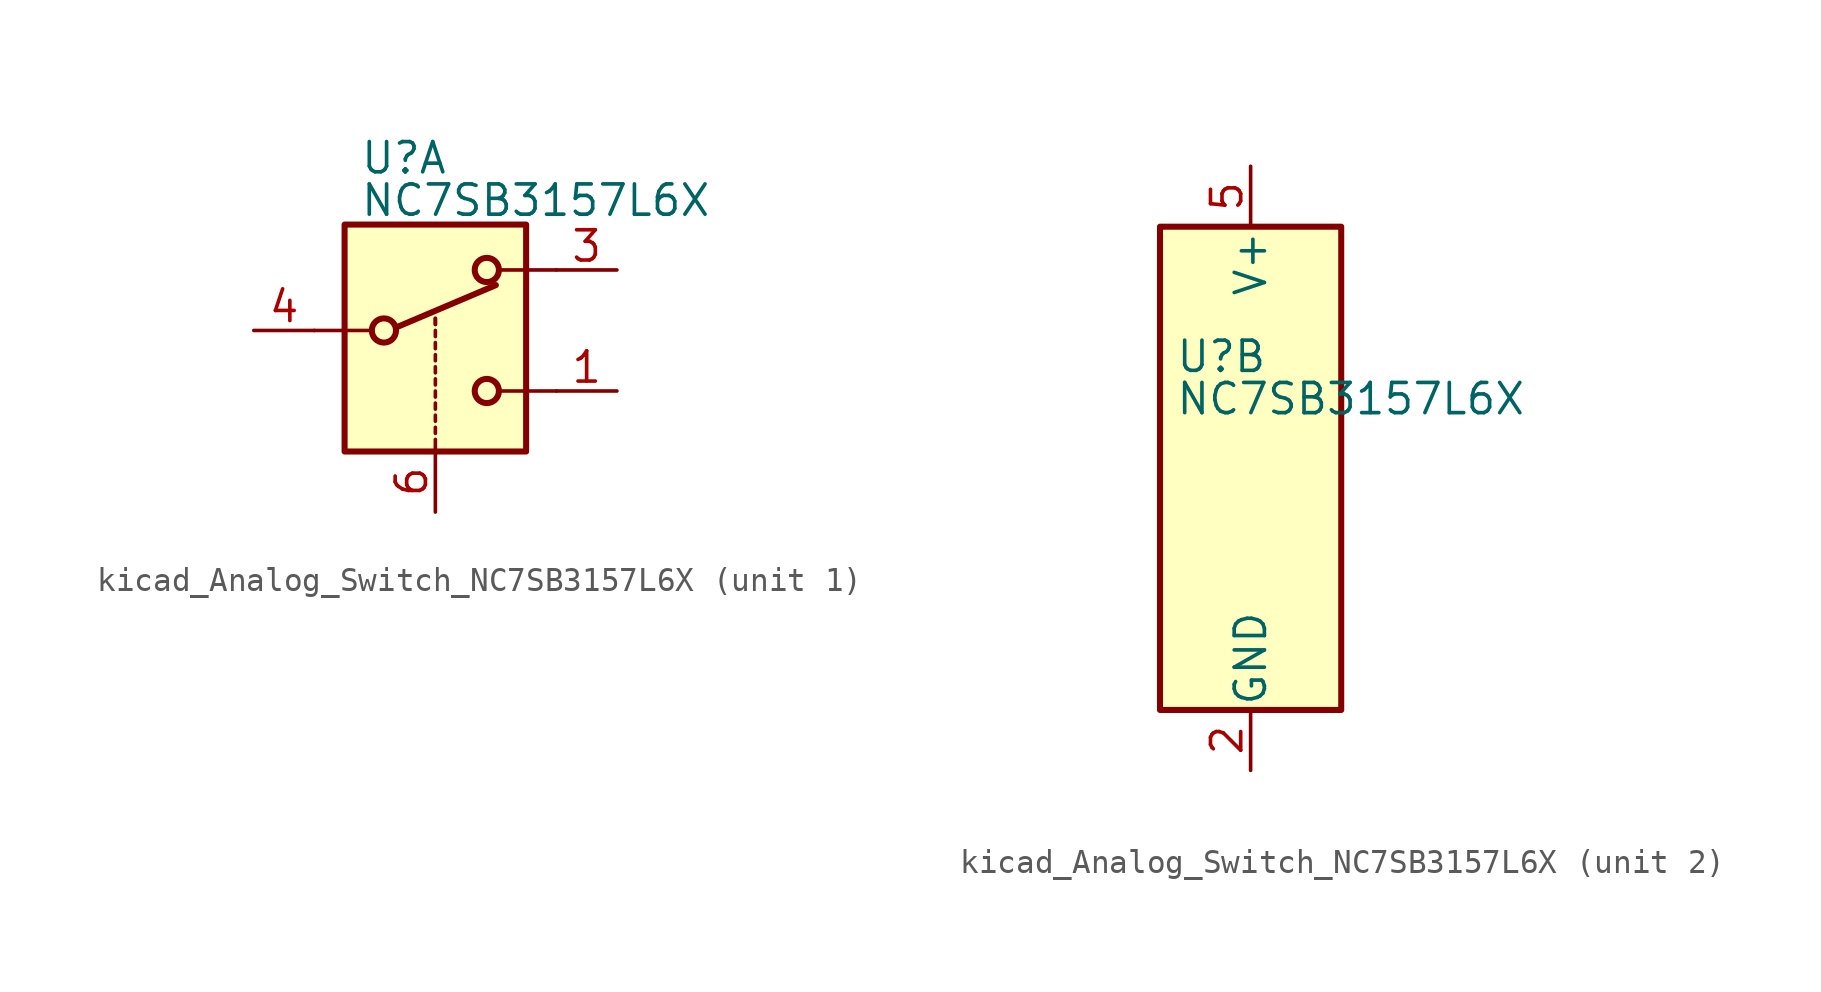
<source format=kicad_sym>
(kicad_symbol_lib
  (version 20220914)
  (generator kicad_symbol_editor)
  (symbol "kicad_Analog_Switch_NC7SB3157L6X"
    (pin_names
      (offset 0.127))
    (property "Reference" "U"
      (at -3.175 4.699 0)
      (effects (font (size 1.27 1.27)) (justify left)))
    (property "Value" "NC7SB3157L6X"
      (at -3.175 2.921 0)
      (effects (font (size 1.27 1.27)) (justify left)))
    (symbol "kicad_Analog_Switch_NC7SB3157L6X_1_1"
      (rectangle (start -3.81 1.905) (end 3.81 -7.62) (stroke (width 0.254) (type default)) (fill (type background)))
      (circle (center -2.159 -2.54) (radius 0.508) (stroke (width 0.254) (type default)) (fill (type none)))
      (polyline (pts (xy -5.08 -2.54) (xy -2.794 -2.54)) (stroke (width 0) (type default)) (fill (type none)))
      (polyline (pts (xy -1.651 -2.413) (xy 2.54 -0.635)) (stroke (width 0.254) (type default)) (fill (type none)))
      (polyline (pts (xy 0 -7.62) (xy 0 -7.112)) (stroke (width 0) (type default)) (fill (type none)))
      (polyline (pts (xy 0 -6.858) (xy 0 -6.604)) (stroke (width 0) (type default)) (fill (type none)))
      (polyline (pts (xy 0 -6.35) (xy 0 -6.096)) (stroke (width 0) (type default)) (fill (type none)))
      (polyline (pts (xy 0 -5.842) (xy 0 -5.588)) (stroke (width 0) (type default)) (fill (type none)))
      (polyline (pts (xy 0 -5.334) (xy 0 -5.08)) (stroke (width 0) (type default)) (fill (type none)))
      (polyline (pts (xy 0 -4.826) (xy 0 -4.572)) (stroke (width 0) (type default)) (fill (type none)))
      (polyline (pts (xy 0 -4.318) (xy 0 -4.064)) (stroke (width 0) (type default)) (fill (type none)))
      (polyline (pts (xy 0 -3.81) (xy 0 -3.556)) (stroke (width 0) (type default)) (fill (type none)))
      (polyline (pts (xy 0 -3.302) (xy 0 -3.048)) (stroke (width 0) (type default)) (fill (type none)))
      (polyline (pts (xy 0 -2.794) (xy 0 -2.54)) (stroke (width 0) (type default)) (fill (type none)))
      (polyline (pts (xy 0 -2.286) (xy 0 -2.032)) (stroke (width 0) (type default)) (fill (type none)))
      (polyline (pts (xy 0 -2.286) (xy 0 -2.032)) (stroke (width 0) (type default)) (fill (type none)))
      (polyline (pts (xy 5.08 -5.08) (xy 2.794 -5.08)) (stroke (width 0) (type default)) (fill (type none)))
      (polyline (pts (xy 5.08 0) (xy 2.794 0)) (stroke (width 0) (type default)) (fill (type none)))
      (circle (center 2.159 -5.08) (radius 0.508) (stroke (width 0.254) (type default)) (fill (type none)))
      (circle (center 2.159 0) (radius 0.508) (stroke (width 0.254) (type default)) (fill (type none)))
      (pin passive line (at 7.62 -5.08 180) (length 2.54) (name "~" (effects (font (size 1.27 1.27)))) (number "1" (effects (font (size 1.27 1.27)))))
      (pin passive line (at 7.62 0 180) (length 2.54) (name "~" (effects (font (size 1.27 1.27)))) (number "3" (effects (font (size 1.27 1.27)))))
      (pin passive line (at -7.62 -2.54 0) (length 2.54) (name "~" (effects (font (size 1.27 1.27)))) (number "4" (effects (font (size 1.27 1.27)))))
      (pin input line (at 0 -10.16 90) (length 2.54) (name "~" (effects (font (size 1.27 1.27)))) (number "6" (effects (font (size 1.27 1.27))))))
    (symbol "kicad_Analog_Switch_NC7SB3157L6X_2_0"
      (pin power_in line (at 0 -12.7 90) (length 2.54) (name "GND" (effects (font (size 1.27 1.27)))) (number "2" (effects (font (size 1.27 1.27)))))
      (pin power_in line (at 0 12.7 270) (length 2.54) (name "V+" (effects (font (size 1.27 1.27)))) (number "5" (effects (font (size 1.27 1.27))))))
    (symbol "kicad_Analog_Switch_NC7SB3157L6X_2_1"
      (rectangle (start -3.81 10.16) (end 3.81 -10.16) (stroke (width 0.254) (type default)) (fill (type background))))))
</source>
